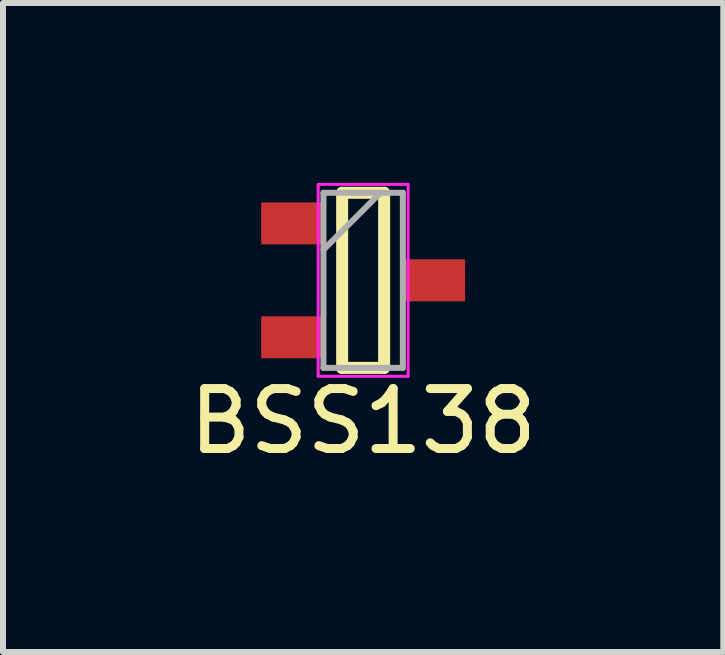
<source format=kicad_pcb>
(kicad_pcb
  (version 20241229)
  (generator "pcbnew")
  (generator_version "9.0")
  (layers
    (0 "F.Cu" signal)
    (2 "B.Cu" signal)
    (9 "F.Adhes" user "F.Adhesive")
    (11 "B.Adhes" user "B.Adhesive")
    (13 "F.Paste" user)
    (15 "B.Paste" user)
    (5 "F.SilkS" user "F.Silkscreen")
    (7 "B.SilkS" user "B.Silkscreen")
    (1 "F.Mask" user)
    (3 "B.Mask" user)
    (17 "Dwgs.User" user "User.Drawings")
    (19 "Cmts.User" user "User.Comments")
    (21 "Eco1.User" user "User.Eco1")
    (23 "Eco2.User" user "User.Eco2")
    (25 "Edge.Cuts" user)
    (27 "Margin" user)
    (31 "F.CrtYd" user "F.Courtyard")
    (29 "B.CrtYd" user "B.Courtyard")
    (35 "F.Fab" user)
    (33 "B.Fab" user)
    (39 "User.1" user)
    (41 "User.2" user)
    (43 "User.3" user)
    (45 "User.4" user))
  (footprint "BSS138"
    (layer "F.Cu")
    (at 3.006 1.625)
    (property "Reference" "BSS138" (at 0 2.35 0) (layer "F.SilkS") (effects (font (size 1 1) (thickness 0.15))))
    (attr smd)
    (fp_line (start -0.35 -1.46) (end 0.35 -1.46) (stroke (width 0.2) (type solid)) (layer "F.SilkS"))
    (fp_line (start -0.35 1.46) (end -0.35 -1.46) (stroke (width 0.2) (type solid)) (layer "F.SilkS"))
    (fp_line (start 0.35 -1.46) (end 0.35 1.46) (stroke (width 0.2) (type solid)) (layer "F.SilkS"))
    (fp_line (start 0.35 1.46) (end -0.35 1.46) (stroke (width 0.2) (type solid)) (layer "F.SilkS"))
    (fp_line (start -0.75 -1.6) (end 0.75 -1.6) (stroke (width 0.05) (type solid)) (layer "F.CrtYd"))
    (fp_line (start -0.75 1.6) (end -0.75 -1.6) (stroke (width 0.05) (type solid)) (layer "F.CrtYd"))
    (fp_line (start 0.75 -1.6) (end 0.75 1.6) (stroke (width 0.05) (type solid)) (layer "F.CrtYd"))
    (fp_line (start 0.75 1.6) (end -0.75 1.6) (stroke (width 0.05) (type solid)) (layer "F.CrtYd"))
    (fp_line (start -0.662 -1.46) (end 0.662 -1.46) (stroke (width 0.1) (type solid)) (layer "F.Fab"))
    (fp_line (start -0.662 -0.51) (end 0.288 -1.46) (stroke (width 0.1) (type solid)) (layer "F.Fab"))
    (fp_line (start -0.662 1.46) (end -0.662 -1.46) (stroke (width 0.1) (type solid)) (layer "F.Fab"))
    (fp_line (start 0.662 -1.46) (end 0.662 1.46) (stroke (width 0.1) (type solid)) (layer "F.Fab"))
    (fp_line (start 0.662 1.46) (end -0.662 1.46) (stroke (width 0.1) (type solid)) (layer "F.Fab"))
    (pad "1" smd rect (at -1.2 -0.95 90) (size 0.7 1) (layers "F.Cu" "F.Mask" "F.Paste"))
    (pad "2" smd rect (at -1.2 0.95 90) (size 0.7 1) (layers "F.Cu" "F.Mask" "F.Paste"))
    (pad "3" smd rect (at 1.2 0 90) (size 0.7 1) (layers "F.Cu" "F.Mask" "F.Paste")))
  (gr_rect
    (start -3 -3)
    (end 9.012 7.823)
    (stroke (width 0.1) (type default))
    (fill no)
    (layer "Edge.Cuts")))
</source>
